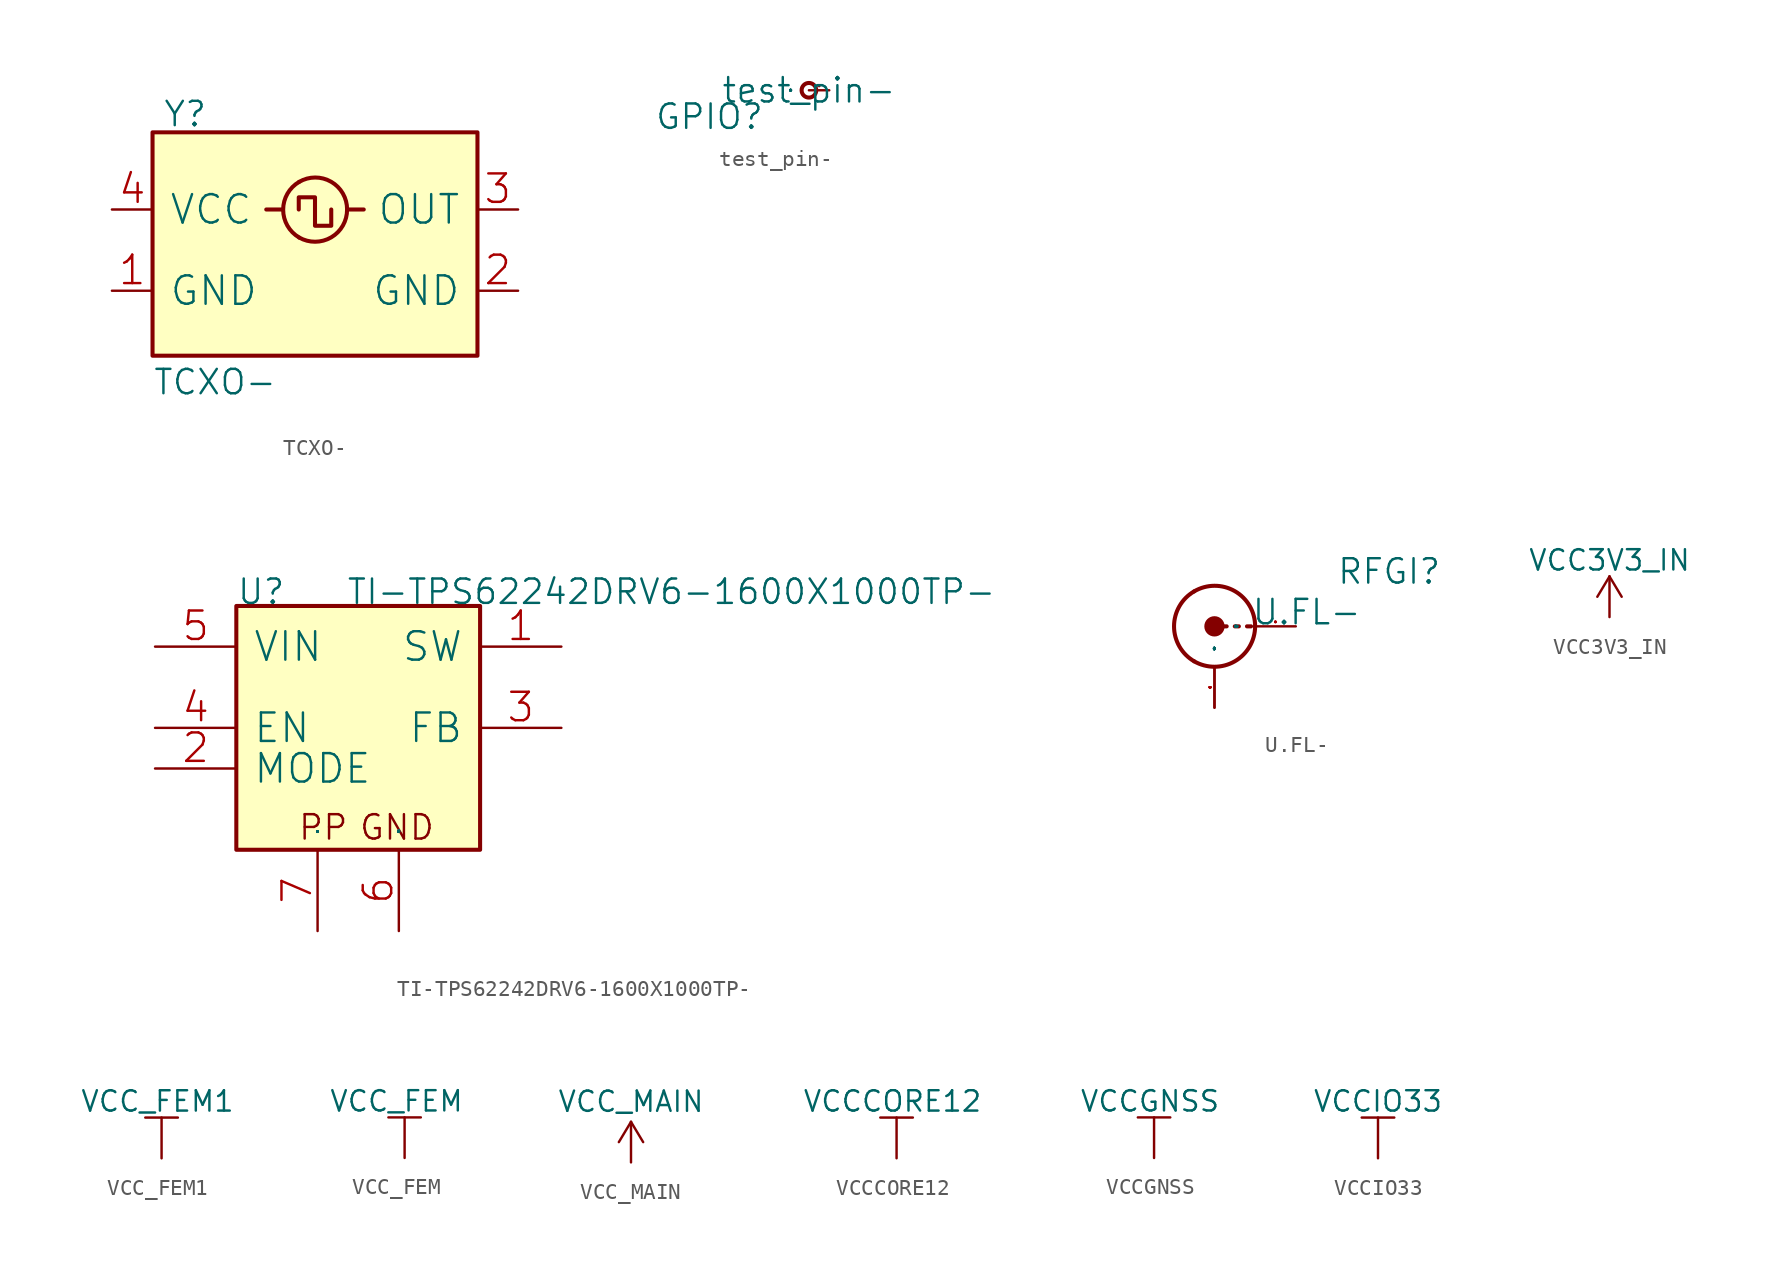
<source format=kicad_sym>
(kicad_symbol_lib
  (version 20211014)
  (generator kicad_symbol_editor)
  (symbol "TCXO-"
    (pin_names
      (offset 1.016))
    (property "Reference" "Y"
      (at -9.525 7.62 0)
      (effects (font (size 1.524 1.524)) (justify left bottom)))
    (property "Value" "TCXO-"
      (at -10.16 -9.144 0)
      (effects (font (size 1.524 1.524)) (justify left bottom)))
    (symbol "TCXO-_0_1"
      (rectangle (start -10.16 -6.604) (end 10.16 7.366) (stroke (width 0.254) (type default) (color 0 0 0 0)) (fill (type background)))
      (polyline (pts (xy -3.048 2.54) (xy -2.032 2.54)) (stroke (width 0.254) (type default) (color 0 0 0 0)) (fill (type none)))
      (polyline (pts (xy 2.032 2.54) (xy 3.048 2.54)) (stroke (width 0.254) (type default) (color 0 0 0 0)) (fill (type none)))
      (polyline (pts (xy -1.016 2.54) (xy -1.016 3.302) (xy 0 3.302) (xy 0 1.524) (xy 1.016 1.524) (xy 1.016 2.54)) (stroke (width 0.254) (type default) (color 0 0 0 0)) (fill (type none)))
      (pin passive line (at -12.7 -2.54 0) (length 2.54) (name "GND" (effects (font (size 1.778 1.778)))) (number "1" (effects (font (size 1.778 1.778)))))
      (pin passive line (at 12.7 -2.54 180) (length 2.54) (name "GND" (effects (font (size 1.778 1.778)))) (number "2" (effects (font (size 1.778 1.778)))))
      (pin passive line (at 12.7 2.54 180) (length 2.54) (name "OUT" (effects (font (size 1.778 1.778)))) (number "3" (effects (font (size 1.778 1.778)))))
      (pin passive line (at -12.7 2.54 0) (length 2.54) (name "VCC" (effects (font (size 1.778 1.778)))) (number "4" (effects (font (size 1.778 1.778))))))
    (symbol "TCXO-_1_1"
      (arc (start -0.9906 0.7874) (mid 1.0146 0.8012) (end 2.0066 2.54) (stroke (width 0.254) (type default) (color 0 0 0 0)) (fill (type none)))
      (arc (start -0.9906 4.2672) (mid -1.9911 2.5338) (end -0.9906 0.7874) (stroke (width 0.254) (type default) (color 0 0 0 0)) (fill (type none)))
      (arc (start 2.0066 2.54) (mid 1.0058 4.2763) (end -0.9906 4.2672) (stroke (width 0.254) (type default) (color 0 0 0 0)) (fill (type none)))))
  (symbol "test_pin-"
    (pin_names
      (offset 1.016))
    (property "Reference" "GPIO"
      (at -9.652 -2.54 0)
      (effects (font (size 1.524 1.524)) (justify left bottom)))
    (property "Value" "test_pin-"
      (at 0 0 0)
      (effects (font (size 1.524 1.524))))
    (symbol "test_pin-_0_1"
      (circle (center 0 0) (radius 0.457) (stroke (width 0.254) (type default) (color 0 0 0 0)) (fill (type none)))
      (pin passive line (at 1.27 0 180) (length 1.27) (name "pin" (effects (font (size 0.025 0.025)))) (number "1" (effects (font (size 0.025 0.025)))))))
  (symbol "TI-TPS62242DRV6-1600X1000TP-"
    (pin_names
      (offset 1.016))
    (property "Reference" "U"
      (at 0 0 0)
      (effects (font (size 1.524 1.524)) (justify left bottom)))
    (property "Value" "TI-TPS62242DRV6-1600X1000TP-"
      (at 6.858 0 0)
      (effects (font (size 1.524 1.524)) (justify left bottom)))
    (symbol "TI-TPS62242DRV6-1600X1000TP-_0_1"
      (rectangle (start 0 -15.24) (end 15.24 0) (stroke (width 0.254) (type default) (color 0 0 0 0)) (fill (type background)))
      (pin power_out line (at 20.32 -2.54 180) (length 5.08) (name "SW" (effects (font (size 1.778 1.778)))) (number "1" (effects (font (size 1.778 1.778)))))
      (pin input line (at -5.08 -10.16 0) (length 5.08) (name "MODE" (effects (font (size 1.778 1.778)))) (number "2" (effects (font (size 1.778 1.778)))))
      (pin input line (at 20.32 -7.62 180) (length 5.08) (name "FB" (effects (font (size 1.778 1.778)))) (number "3" (effects (font (size 1.778 1.778)))))
      (pin input line (at -5.08 -7.62 0) (length 5.08) (name "EN" (effects (font (size 1.778 1.778)))) (number "4" (effects (font (size 1.778 1.778)))))
      (pin power_in line (at -5.08 -2.54 0) (length 5.08) (name "VIN" (effects (font (size 1.778 1.778)))) (number "5" (effects (font (size 1.778 1.778)))))
      (pin power_in line (at 10.16 -20.32 90) (length 5.08) (name "GND" (effects (font (size 0.025 0.025)))) (number "6" (effects (font (size 1.778 1.778)))))
      (pin power_in line (at 5.08 -20.32 90) (length 5.08) (name "PP" (effects (font (size 0.025 0.025)))) (number "7" (effects (font (size 1.778 1.778))))))
    (symbol "TI-TPS62242DRV6-1600X1000TP-_1_1"
      (text "GND" (at 7.62 -14.732 0) (effects (font (size 1.524 1.524)) (justify left bottom)))
      (text "PP" (at 3.81 -14.732 0) (effects (font (size 1.524 1.524)) (justify left bottom)))))
  (symbol "U.FL-"
    (pin_names
      (offset 1.016))
    (property "Reference" "RFGI"
      (at 2.54 2.54 0)
      (effects (font (size 1.524 1.524)) (justify left bottom)))
    (property "Value" "U.FL-"
      (at -2.794 0 0)
      (effects (font (size 1.524 1.524)) (justify left bottom)))
    (symbol "U.FL-_0_1"
      (circle (center -5.08 0) (radius 0.508) (stroke (width 0.254) (type default) (color 0 0 0 0)) (fill (type outline)))
      (polyline (pts (xy -4.572 0) (xy -4.318 0)) (stroke (width 0.254) (type default) (color 0 0 0 0)) (fill (type none)))
      (polyline (pts (xy -3.81 0) (xy -3.556 0)) (stroke (width 0.254) (type default) (color 0 0 0 0)) (fill (type none)))
      (polyline (pts (xy -2.794 0) (xy -3.048 0)) (stroke (width 0.254) (type default) (color 0 0 0 0)) (fill (type none)))
      (pin passive line (at 0 0 180) (length 2.54) (name "Signal" (effects (font (size 0.025 0.025)))) (number "1" (effects (font (size 0.025 0.025)))))
      (pin passive line (at -5.08 -5.08 90) (length 2.54) (name "GND" (effects (font (size 0.025 0.025)))) (number "2" (effects (font (size 0.025 0.025)))))
      (pin passive line (at -5.08 -5.08 90) (length 2.54) (name "GND" (effects (font (size 0.025 0.025)))) (number "3" (effects (font (size 0.025 0.025))))))
    (symbol "U.FL-_1_1"
      (arc (start -6.35 -2.1844) (mid -3.8199 -2.1901) (end -2.54 0) (stroke (width 0.254) (type default) (color 0 0 0 0)) (fill (type none)))
      (arc (start -6.35 2.1844) (mid -7.6068 0) (end -6.35 -2.1844) (stroke (width 0.254) (type default) (color 0 0 0 0)) (fill (type none)))
      (arc (start -2.54 0) (mid -3.8133 2.2016) (end -6.35 2.1844) (stroke (width 0.254) (type default) (color 0 0 0 0)) (fill (type none)))))
  (symbol "VCC3V3_IN"
    (power)
    (pin_names
      (offset 0))
    (property "Reference" "#PWR"
      (at 0 -5.08 0)
      (effects (font (size 1.27 1.27)) hide))
    (property "Value" "VCC3V3_IN"
      (at 0 3.556 0)
      (effects (font (size 1.27 1.27))))
    (symbol "VCC3V3_IN_1_1"
      (polyline (pts (xy -0.762 1.27) (xy 0 2.54)) (stroke (width 0) (type default) (color 0 0 0 0)) (fill (type none)))
      (polyline (pts (xy 0 0) (xy 0 2.54)) (stroke (width 0) (type default) (color 0 0 0 0)) (fill (type none)))
      (polyline (pts (xy 0 2.54) (xy 0.762 1.27)) (stroke (width 0) (type default) (color 0 0 0 0)) (fill (type none)))
      (pin power_in line (at 0 0 90) (length 0) hide (name "VCC3V3_IN" (effects (font (size 1.27 1.27)))) (number "1" (effects (font (size 1.27 1.27)))))))
  (symbol "VCC_FEM1"
    (power)
    (pin_names
      (offset 0))
    (property "Reference" "#PWR"
      (at 0 -4.826 0)
      (effects (font (size 1.27 1.27)) hide))
    (property "Value" "VCC_FEM1"
      (at -0.254 3.556 0)
      (effects (font (size 1.27 1.27))))
    (symbol "VCC_FEM1_1_1"
      (polyline (pts (xy -1.016 2.54) (xy 1.016 2.54)) (stroke (width 0) (type default) (color 0 0 0 0)) (fill (type none)))
      (polyline (pts (xy 0 0) (xy 0 2.54)) (stroke (width 0) (type default) (color 0 0 0 0)) (fill (type none)))
      (pin power_in line (at 0 0 90) (length 0) hide (name "VCC_FEM1" (effects (font (size 1.27 1.27)))) (number "1" (effects (font (size 1.27 1.27)))))))
  (symbol "VCC_FEM"
    (power)
    (pin_names
      (offset 0))
    (property "Reference" "#PWR"
      (at -0.254 -6.35 0)
      (effects (font (size 1.27 1.27)) hide))
    (property "Value" "VCC_FEM"
      (at -0.508 3.556 0)
      (effects (font (size 1.27 1.27))))
    (symbol "VCC_FEM_1_1"
      (polyline (pts (xy -1.016 2.54) (xy 1.016 2.54)) (stroke (width 0) (type default) (color 0 0 0 0)) (fill (type none)))
      (polyline (pts (xy 0 0) (xy 0 2.54)) (stroke (width 0) (type default) (color 0 0 0 0)) (fill (type none)))
      (pin power_in line (at 0 0 90) (length 0) hide (name "VCC_FEM" (effects (font (size 1.27 1.27)))) (number "1" (effects (font (size 1.27 1.27)))))))
  (symbol "VCC_MAIN"
    (power)
    (pin_names
      (offset 0))
    (property "Reference" "#PWR"
      (at 0 -5.715 0)
      (effects (font (size 1.27 1.27)) hide))
    (property "Value" "VCC_MAIN"
      (at 0 3.81 0)
      (effects (font (size 1.27 1.27))))
    (symbol "VCC_MAIN_1_1"
      (polyline (pts (xy -0.762 1.27) (xy 0 2.54)) (stroke (width 0) (type default) (color 0 0 0 0)) (fill (type none)))
      (polyline (pts (xy 0 0) (xy 0 2.54)) (stroke (width 0) (type default) (color 0 0 0 0)) (fill (type none)))
      (polyline (pts (xy 0 2.54) (xy 0.762 1.27)) (stroke (width 0) (type default) (color 0 0 0 0)) (fill (type none)))
      (pin power_in line (at 0 0 90) (length 0) hide (name "VCC_MAIN" (effects (font (size 1.27 1.27)))) (number "1" (effects (font (size 1.27 1.27)))))))
  (symbol "VCCCORE12"
    (power)
    (pin_names
      (offset 0))
    (property "Reference" "#PWR"
      (at 0 -5.08 0)
      (effects (font (size 1.27 1.27)) hide))
    (property "Value" "VCCCORE12"
      (at -0.254 3.556 0)
      (effects (font (size 1.27 1.27))))
    (symbol "VCCCORE12_0_1"
      (polyline (pts (xy -1.016 2.54) (xy 1.016 2.54)) (stroke (width 0) (type default) (color 0 0 0 0)) (fill (type none))))
    (symbol "VCCCORE12_1_1"
      (polyline (pts (xy 0 0) (xy 0 2.54)) (stroke (width 0) (type default) (color 0 0 0 0)) (fill (type none)))
      (pin power_in line (at 0 0 90) (length 0) hide (name "VCCCORE12" (effects (font (size 1.27 1.27)))) (number "1" (effects (font (size 1.27 1.27)))))))
  (symbol "VCCGNSS"
    (power)
    (pin_names
      (offset 0))
    (property "Reference" "#PWR"
      (at 0 -5.334 0)
      (effects (font (size 1.27 1.27)) hide))
    (property "Value" "VCCGNSS"
      (at -0.254 3.556 0)
      (effects (font (size 1.27 1.27))))
    (symbol "VCCGNSS_1_1"
      (polyline (pts (xy -1.016 2.54) (xy 1.016 2.54)) (stroke (width 0) (type default) (color 0 0 0 0)) (fill (type none)))
      (polyline (pts (xy 0 0) (xy 0 2.54)) (stroke (width 0) (type default) (color 0 0 0 0)) (fill (type none)))
      (pin power_in line (at 0 0 90) (length 0) hide (name "VCCGNSS" (effects (font (size 1.27 1.27)))) (number "1" (effects (font (size 1.27 1.27)))))))
  (symbol "VCCIO33"
    (power)
    (pin_names
      (offset 0))
    (property "Reference" "#PWR"
      (at 0 -5.08 0)
      (effects (font (size 1.27 1.27)) hide))
    (property "Value" "VCCIO33"
      (at 0 3.556 0)
      (effects (font (size 1.27 1.27))))
    (symbol "VCCIO33_1_1"
      (polyline (pts (xy -1.016 2.54) (xy 1.016 2.54)) (stroke (width 0) (type default) (color 0 0 0 0)) (fill (type none)))
      (polyline (pts (xy 0 0) (xy 0 2.54)) (stroke (width 0) (type default) (color 0 0 0 0)) (fill (type none)))
      (pin power_in line (at 0 0 90) (length 0) hide (name "VCCIO33" (effects (font (size 1.27 1.27)))) (number "1" (effects (font (size 1.27 1.27))))))))
</source>
